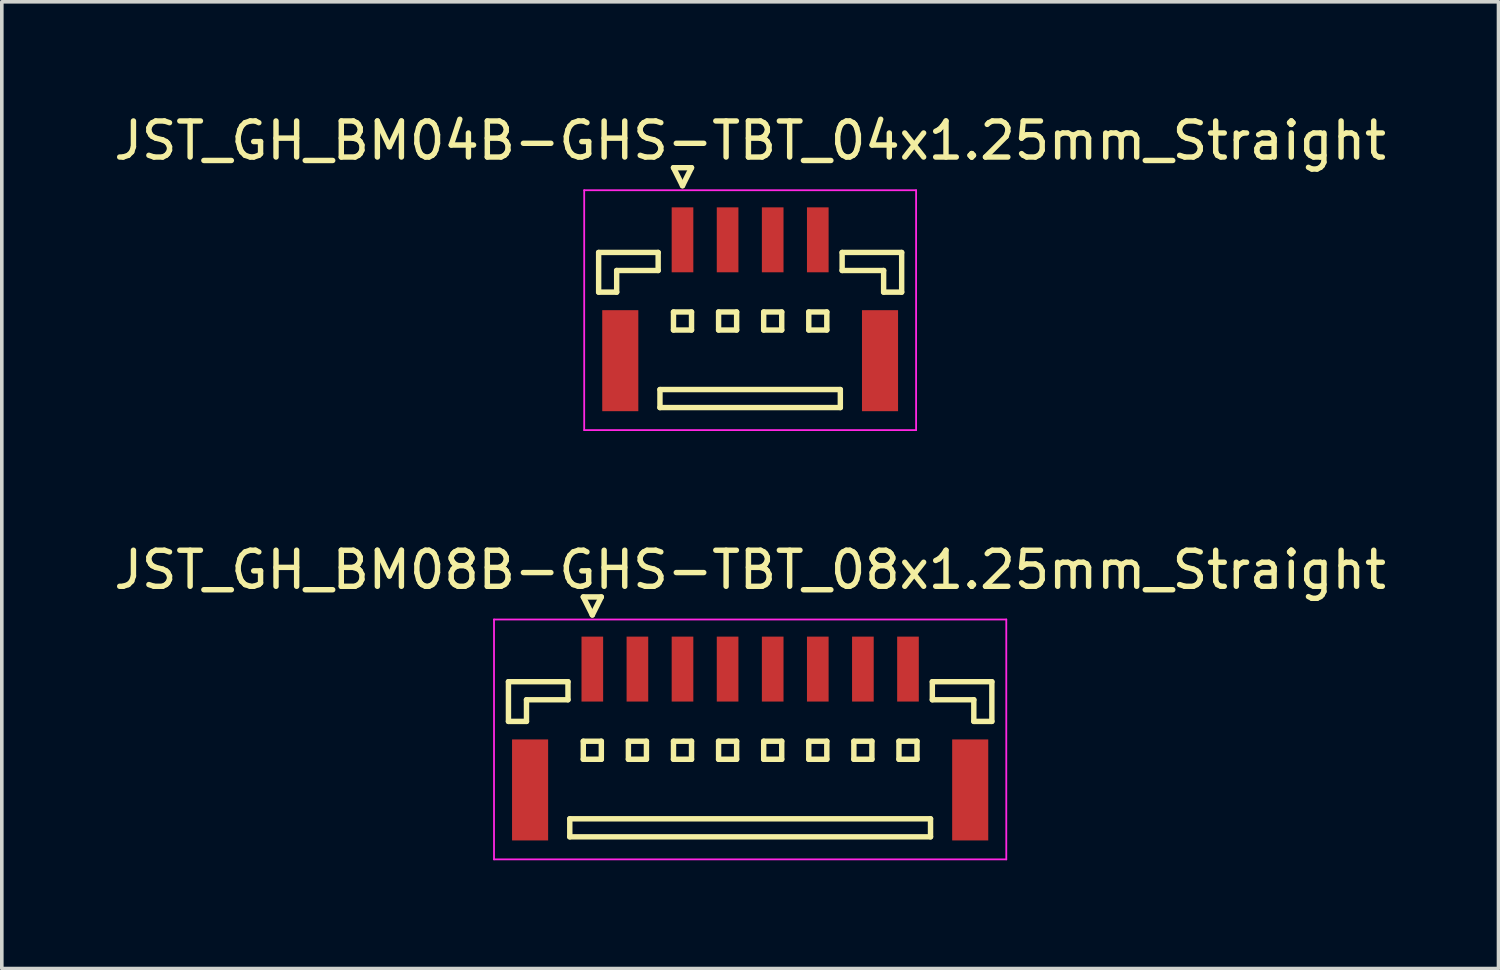
<source format=kicad_pcb>
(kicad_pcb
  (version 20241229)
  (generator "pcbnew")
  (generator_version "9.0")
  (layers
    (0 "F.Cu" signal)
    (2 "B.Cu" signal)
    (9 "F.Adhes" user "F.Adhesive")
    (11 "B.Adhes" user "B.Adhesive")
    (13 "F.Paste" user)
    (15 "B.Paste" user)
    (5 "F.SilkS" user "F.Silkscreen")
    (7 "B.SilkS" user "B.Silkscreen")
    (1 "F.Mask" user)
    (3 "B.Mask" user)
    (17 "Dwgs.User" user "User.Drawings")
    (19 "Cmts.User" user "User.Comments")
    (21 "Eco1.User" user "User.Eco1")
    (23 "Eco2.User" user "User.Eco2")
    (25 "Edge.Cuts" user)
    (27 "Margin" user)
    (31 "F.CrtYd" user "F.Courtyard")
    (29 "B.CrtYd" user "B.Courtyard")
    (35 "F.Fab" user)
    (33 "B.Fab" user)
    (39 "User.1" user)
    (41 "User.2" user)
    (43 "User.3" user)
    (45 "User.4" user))
  (footprint "JST_GH_BM04B-GHS-TBT_04x1.25mm_Straight"
    (layer "F.Cu")
    (at 17.744 5.273)
    (property "Reference" "JST_GH_BM04B-GHS-TBT_04x1.25mm_Straight" (at 0 -4.425 0) (layer "F.SilkS") (effects (font (size 1 1) (thickness 0.15))))
    (attr smd)
    (fp_line (start -4.2 -1.325) (end -2.55 -1.325) (stroke (width 0.15) (type solid)) (layer "F.SilkS"))
    (fp_line (start -4.2 -0.225) (end -4.2 -1.325) (stroke (width 0.15) (type solid)) (layer "F.SilkS"))
    (fp_line (start -3.7 -0.825) (end -3.7 -0.225) (stroke (width 0.15) (type solid)) (layer "F.SilkS"))
    (fp_line (start -3.7 -0.225) (end -4.2 -0.225) (stroke (width 0.15) (type solid)) (layer "F.SilkS"))
    (fp_line (start -2.55 -1.325) (end -2.55 -0.825) (stroke (width 0.15) (type solid)) (layer "F.SilkS"))
    (fp_line (start -2.55 -0.825) (end -3.7 -0.825) (stroke (width 0.15) (type solid)) (layer "F.SilkS"))
    (fp_line (start -2.5 2.475) (end -2.5 2.975) (stroke (width 0.15) (type solid)) (layer "F.SilkS"))
    (fp_line (start -2.5 2.975) (end 2.5 2.975) (stroke (width 0.15) (type solid)) (layer "F.SilkS"))
    (fp_line (start -2.125 -3.675) (end -1.625 -3.675) (stroke (width 0.15) (type solid)) (layer "F.SilkS"))
    (fp_line (start -2.125 0.325) (end -2.125 0.825) (stroke (width 0.15) (type solid)) (layer "F.SilkS"))
    (fp_line (start -2.125 0.825) (end -1.625 0.825) (stroke (width 0.15) (type solid)) (layer "F.SilkS"))
    (fp_line (start -1.875 -3.175) (end -2.125 -3.675) (stroke (width 0.15) (type solid)) (layer "F.SilkS"))
    (fp_line (start -1.625 -3.675) (end -1.875 -3.175) (stroke (width 0.15) (type solid)) (layer "F.SilkS"))
    (fp_line (start -1.625 0.325) (end -2.125 0.325) (stroke (width 0.15) (type solid)) (layer "F.SilkS"))
    (fp_line (start -1.625 0.825) (end -1.625 0.325) (stroke (width 0.15) (type solid)) (layer "F.SilkS"))
    (fp_line (start -0.875 0.325) (end -0.875 0.825) (stroke (width 0.15) (type solid)) (layer "F.SilkS"))
    (fp_line (start -0.875 0.825) (end -0.375 0.825) (stroke (width 0.15) (type solid)) (layer "F.SilkS"))
    (fp_line (start -0.375 0.325) (end -0.875 0.325) (stroke (width 0.15) (type solid)) (layer "F.SilkS"))
    (fp_line (start -0.375 0.825) (end -0.375 0.325) (stroke (width 0.15) (type solid)) (layer "F.SilkS"))
    (fp_line (start 0.375 0.325) (end 0.375 0.825) (stroke (width 0.15) (type solid)) (layer "F.SilkS"))
    (fp_line (start 0.375 0.825) (end 0.875 0.825) (stroke (width 0.15) (type solid)) (layer "F.SilkS"))
    (fp_line (start 0.875 0.325) (end 0.375 0.325) (stroke (width 0.15) (type solid)) (layer "F.SilkS"))
    (fp_line (start 0.875 0.825) (end 0.875 0.325) (stroke (width 0.15) (type solid)) (layer "F.SilkS"))
    (fp_line (start 1.625 0.325) (end 1.625 0.825) (stroke (width 0.15) (type solid)) (layer "F.SilkS"))
    (fp_line (start 1.625 0.825) (end 2.125 0.825) (stroke (width 0.15) (type solid)) (layer "F.SilkS"))
    (fp_line (start 2.125 0.325) (end 1.625 0.325) (stroke (width 0.15) (type solid)) (layer "F.SilkS"))
    (fp_line (start 2.125 0.825) (end 2.125 0.325) (stroke (width 0.15) (type solid)) (layer "F.SilkS"))
    (fp_line (start 2.5 2.475) (end -2.5 2.475) (stroke (width 0.15) (type solid)) (layer "F.SilkS"))
    (fp_line (start 2.5 2.975) (end 2.5 2.475) (stroke (width 0.15) (type solid)) (layer "F.SilkS"))
    (fp_line (start 2.55 -1.325) (end 2.55 -0.825) (stroke (width 0.15) (type solid)) (layer "F.SilkS"))
    (fp_line (start 2.55 -0.825) (end 3.7 -0.825) (stroke (width 0.15) (type solid)) (layer "F.SilkS"))
    (fp_line (start 3.7 -0.825) (end 3.7 -0.225) (stroke (width 0.15) (type solid)) (layer "F.SilkS"))
    (fp_line (start 3.7 -0.225) (end 4.2 -0.225) (stroke (width 0.15) (type solid)) (layer "F.SilkS"))
    (fp_line (start 4.2 -1.325) (end 2.55 -1.325) (stroke (width 0.15) (type solid)) (layer "F.SilkS"))
    (fp_line (start 4.2 -0.225) (end 4.2 -1.325) (stroke (width 0.15) (type solid)) (layer "F.SilkS"))
    (fp_line (start -4.6 -3.05) (end -4.6 3.6) (stroke (width 0.05) (type solid)) (layer "F.CrtYd"))
    (fp_line (start -4.6 3.6) (end 4.6 3.6) (stroke (width 0.05) (type solid)) (layer "F.CrtYd"))
    (fp_line (start 4.6 -3.05) (end -4.6 -3.05) (stroke (width 0.05) (type solid)) (layer "F.CrtYd"))
    (fp_line (start 4.6 3.6) (end 4.6 -3.05) (stroke (width 0.05) (type solid)) (layer "F.CrtYd"))
    (pad "" smd rect (at -3.6 1.675) (size 1 2.8) (layers "F.Cu" "F.Mask" "F.Paste"))
    (pad "" smd rect (at 3.6 1.675) (size 1 2.8) (layers "F.Cu" "F.Mask" "F.Paste"))
    (pad "1" smd rect (at -1.875 -1.675) (size 0.6 1.8) (layers "F.Cu" "F.Mask" "F.Paste"))
    (pad "2" smd rect (at -0.625 -1.675) (size 0.6 1.8) (layers "F.Cu" "F.Mask" "F.Paste"))
    (pad "3" smd rect (at 0.625 -1.675) (size 0.6 1.8) (layers "F.Cu" "F.Mask" "F.Paste"))
    (pad "4" smd rect (at 1.875 -1.675) (size 0.6 1.8) (layers "F.Cu" "F.Mask" "F.Paste")))
  (footprint "JST_GH_BM08B-GHS-TBT_08x1.25mm_Straight"
    (layer "F.Cu")
    (at 17.744 17.172)
    (property "Reference" "JST_GH_BM08B-GHS-TBT_08x1.25mm_Straight" (at 0 -4.425 0) (layer "F.SilkS") (effects (font (size 1 1) (thickness 0.15))))
    (attr smd)
    (fp_line (start -6.7 -1.325) (end -5.05 -1.325) (stroke (width 0.15) (type solid)) (layer "F.SilkS"))
    (fp_line (start -6.7 -0.225) (end -6.7 -1.325) (stroke (width 0.15) (type solid)) (layer "F.SilkS"))
    (fp_line (start -6.2 -0.825) (end -6.2 -0.225) (stroke (width 0.15) (type solid)) (layer "F.SilkS"))
    (fp_line (start -6.2 -0.225) (end -6.7 -0.225) (stroke (width 0.15) (type solid)) (layer "F.SilkS"))
    (fp_line (start -5.05 -1.325) (end -5.05 -0.825) (stroke (width 0.15) (type solid)) (layer "F.SilkS"))
    (fp_line (start -5.05 -0.825) (end -6.2 -0.825) (stroke (width 0.15) (type solid)) (layer "F.SilkS"))
    (fp_line (start -5 2.475) (end -5 2.975) (stroke (width 0.15) (type solid)) (layer "F.SilkS"))
    (fp_line (start -5 2.975) (end 5 2.975) (stroke (width 0.15) (type solid)) (layer "F.SilkS"))
    (fp_line (start -4.625 -3.675) (end -4.125 -3.675) (stroke (width 0.15) (type solid)) (layer "F.SilkS"))
    (fp_line (start -4.625 0.325) (end -4.625 0.825) (stroke (width 0.15) (type solid)) (layer "F.SilkS"))
    (fp_line (start -4.625 0.825) (end -4.125 0.825) (stroke (width 0.15) (type solid)) (layer "F.SilkS"))
    (fp_line (start -4.375 -3.175) (end -4.625 -3.675) (stroke (width 0.15) (type solid)) (layer "F.SilkS"))
    (fp_line (start -4.125 -3.675) (end -4.375 -3.175) (stroke (width 0.15) (type solid)) (layer "F.SilkS"))
    (fp_line (start -4.125 0.325) (end -4.625 0.325) (stroke (width 0.15) (type solid)) (layer "F.SilkS"))
    (fp_line (start -4.125 0.825) (end -4.125 0.325) (stroke (width 0.15) (type solid)) (layer "F.SilkS"))
    (fp_line (start -3.375 0.325) (end -3.375 0.825) (stroke (width 0.15) (type solid)) (layer "F.SilkS"))
    (fp_line (start -3.375 0.825) (end -2.875 0.825) (stroke (width 0.15) (type solid)) (layer "F.SilkS"))
    (fp_line (start -2.875 0.325) (end -3.375 0.325) (stroke (width 0.15) (type solid)) (layer "F.SilkS"))
    (fp_line (start -2.875 0.825) (end -2.875 0.325) (stroke (width 0.15) (type solid)) (layer "F.SilkS"))
    (fp_line (start -2.125 0.325) (end -2.125 0.825) (stroke (width 0.15) (type solid)) (layer "F.SilkS"))
    (fp_line (start -2.125 0.825) (end -1.625 0.825) (stroke (width 0.15) (type solid)) (layer "F.SilkS"))
    (fp_line (start -1.625 0.325) (end -2.125 0.325) (stroke (width 0.15) (type solid)) (layer "F.SilkS"))
    (fp_line (start -1.625 0.825) (end -1.625 0.325) (stroke (width 0.15) (type solid)) (layer "F.SilkS"))
    (fp_line (start -0.875 0.325) (end -0.875 0.825) (stroke (width 0.15) (type solid)) (layer "F.SilkS"))
    (fp_line (start -0.875 0.825) (end -0.375 0.825) (stroke (width 0.15) (type solid)) (layer "F.SilkS"))
    (fp_line (start -0.375 0.325) (end -0.875 0.325) (stroke (width 0.15) (type solid)) (layer "F.SilkS"))
    (fp_line (start -0.375 0.825) (end -0.375 0.325) (stroke (width 0.15) (type solid)) (layer "F.SilkS"))
    (fp_line (start 0.375 0.325) (end 0.375 0.825) (stroke (width 0.15) (type solid)) (layer "F.SilkS"))
    (fp_line (start 0.375 0.825) (end 0.875 0.825) (stroke (width 0.15) (type solid)) (layer "F.SilkS"))
    (fp_line (start 0.875 0.325) (end 0.375 0.325) (stroke (width 0.15) (type solid)) (layer "F.SilkS"))
    (fp_line (start 0.875 0.825) (end 0.875 0.325) (stroke (width 0.15) (type solid)) (layer "F.SilkS"))
    (fp_line (start 1.625 0.325) (end 1.625 0.825) (stroke (width 0.15) (type solid)) (layer "F.SilkS"))
    (fp_line (start 1.625 0.825) (end 2.125 0.825) (stroke (width 0.15) (type solid)) (layer "F.SilkS"))
    (fp_line (start 2.125 0.325) (end 1.625 0.325) (stroke (width 0.15) (type solid)) (layer "F.SilkS"))
    (fp_line (start 2.125 0.825) (end 2.125 0.325) (stroke (width 0.15) (type solid)) (layer "F.SilkS"))
    (fp_line (start 2.875 0.325) (end 2.875 0.825) (stroke (width 0.15) (type solid)) (layer "F.SilkS"))
    (fp_line (start 2.875 0.825) (end 3.375 0.825) (stroke (width 0.15) (type solid)) (layer "F.SilkS"))
    (fp_line (start 3.375 0.325) (end 2.875 0.325) (stroke (width 0.15) (type solid)) (layer "F.SilkS"))
    (fp_line (start 3.375 0.825) (end 3.375 0.325) (stroke (width 0.15) (type solid)) (layer "F.SilkS"))
    (fp_line (start 4.125 0.325) (end 4.125 0.825) (stroke (width 0.15) (type solid)) (layer "F.SilkS"))
    (fp_line (start 4.125 0.825) (end 4.625 0.825) (stroke (width 0.15) (type solid)) (layer "F.SilkS"))
    (fp_line (start 4.625 0.325) (end 4.125 0.325) (stroke (width 0.15) (type solid)) (layer "F.SilkS"))
    (fp_line (start 4.625 0.825) (end 4.625 0.325) (stroke (width 0.15) (type solid)) (layer "F.SilkS"))
    (fp_line (start 5 2.475) (end -5 2.475) (stroke (width 0.15) (type solid)) (layer "F.SilkS"))
    (fp_line (start 5 2.975) (end 5 2.475) (stroke (width 0.15) (type solid)) (layer "F.SilkS"))
    (fp_line (start 5.05 -1.325) (end 5.05 -0.825) (stroke (width 0.15) (type solid)) (layer "F.SilkS"))
    (fp_line (start 5.05 -0.825) (end 6.2 -0.825) (stroke (width 0.15) (type solid)) (layer "F.SilkS"))
    (fp_line (start 6.2 -0.825) (end 6.2 -0.225) (stroke (width 0.15) (type solid)) (layer "F.SilkS"))
    (fp_line (start 6.2 -0.225) (end 6.7 -0.225) (stroke (width 0.15) (type solid)) (layer "F.SilkS"))
    (fp_line (start 6.7 -1.325) (end 5.05 -1.325) (stroke (width 0.15) (type solid)) (layer "F.SilkS"))
    (fp_line (start 6.7 -0.225) (end 6.7 -1.325) (stroke (width 0.15) (type solid)) (layer "F.SilkS"))
    (fp_line (start -7.1 -3.05) (end -7.1 3.6) (stroke (width 0.05) (type solid)) (layer "F.CrtYd"))
    (fp_line (start -7.1 3.6) (end 7.1 3.6) (stroke (width 0.05) (type solid)) (layer "F.CrtYd"))
    (fp_line (start 7.1 -3.05) (end -7.1 -3.05) (stroke (width 0.05) (type solid)) (layer "F.CrtYd"))
    (fp_line (start 7.1 3.6) (end 7.1 -3.05) (stroke (width 0.05) (type solid)) (layer "F.CrtYd"))
    (pad "" smd rect (at -6.1 1.675) (size 1 2.8) (layers "F.Cu" "F.Mask" "F.Paste"))
    (pad "" smd rect (at 6.1 1.675) (size 1 2.8) (layers "F.Cu" "F.Mask" "F.Paste"))
    (pad "1" smd rect (at -4.375 -1.675) (size 0.6 1.8) (layers "F.Cu" "F.Mask" "F.Paste"))
    (pad "2" smd rect (at -3.125 -1.675) (size 0.6 1.8) (layers "F.Cu" "F.Mask" "F.Paste"))
    (pad "3" smd rect (at -1.875 -1.675) (size 0.6 1.8) (layers "F.Cu" "F.Mask" "F.Paste"))
    (pad "4" smd rect (at -0.625 -1.675) (size 0.6 1.8) (layers "F.Cu" "F.Mask" "F.Paste"))
    (pad "5" smd rect (at 0.625 -1.675) (size 0.6 1.8) (layers "F.Cu" "F.Mask" "F.Paste"))
    (pad "6" smd rect (at 1.875 -1.675) (size 0.6 1.8) (layers "F.Cu" "F.Mask" "F.Paste"))
    (pad "7" smd rect (at 3.125 -1.675) (size 0.6 1.8) (layers "F.Cu" "F.Mask" "F.Paste"))
    (pad "8" smd rect (at 4.375 -1.675) (size 0.6 1.8) (layers "F.Cu" "F.Mask" "F.Paste")))
  (gr_rect
    (start -3 -3)
    (end 38.488 23.797)
    (stroke (width 0.1) (type default))
    (fill no)
    (layer "Edge.Cuts")))
</source>
